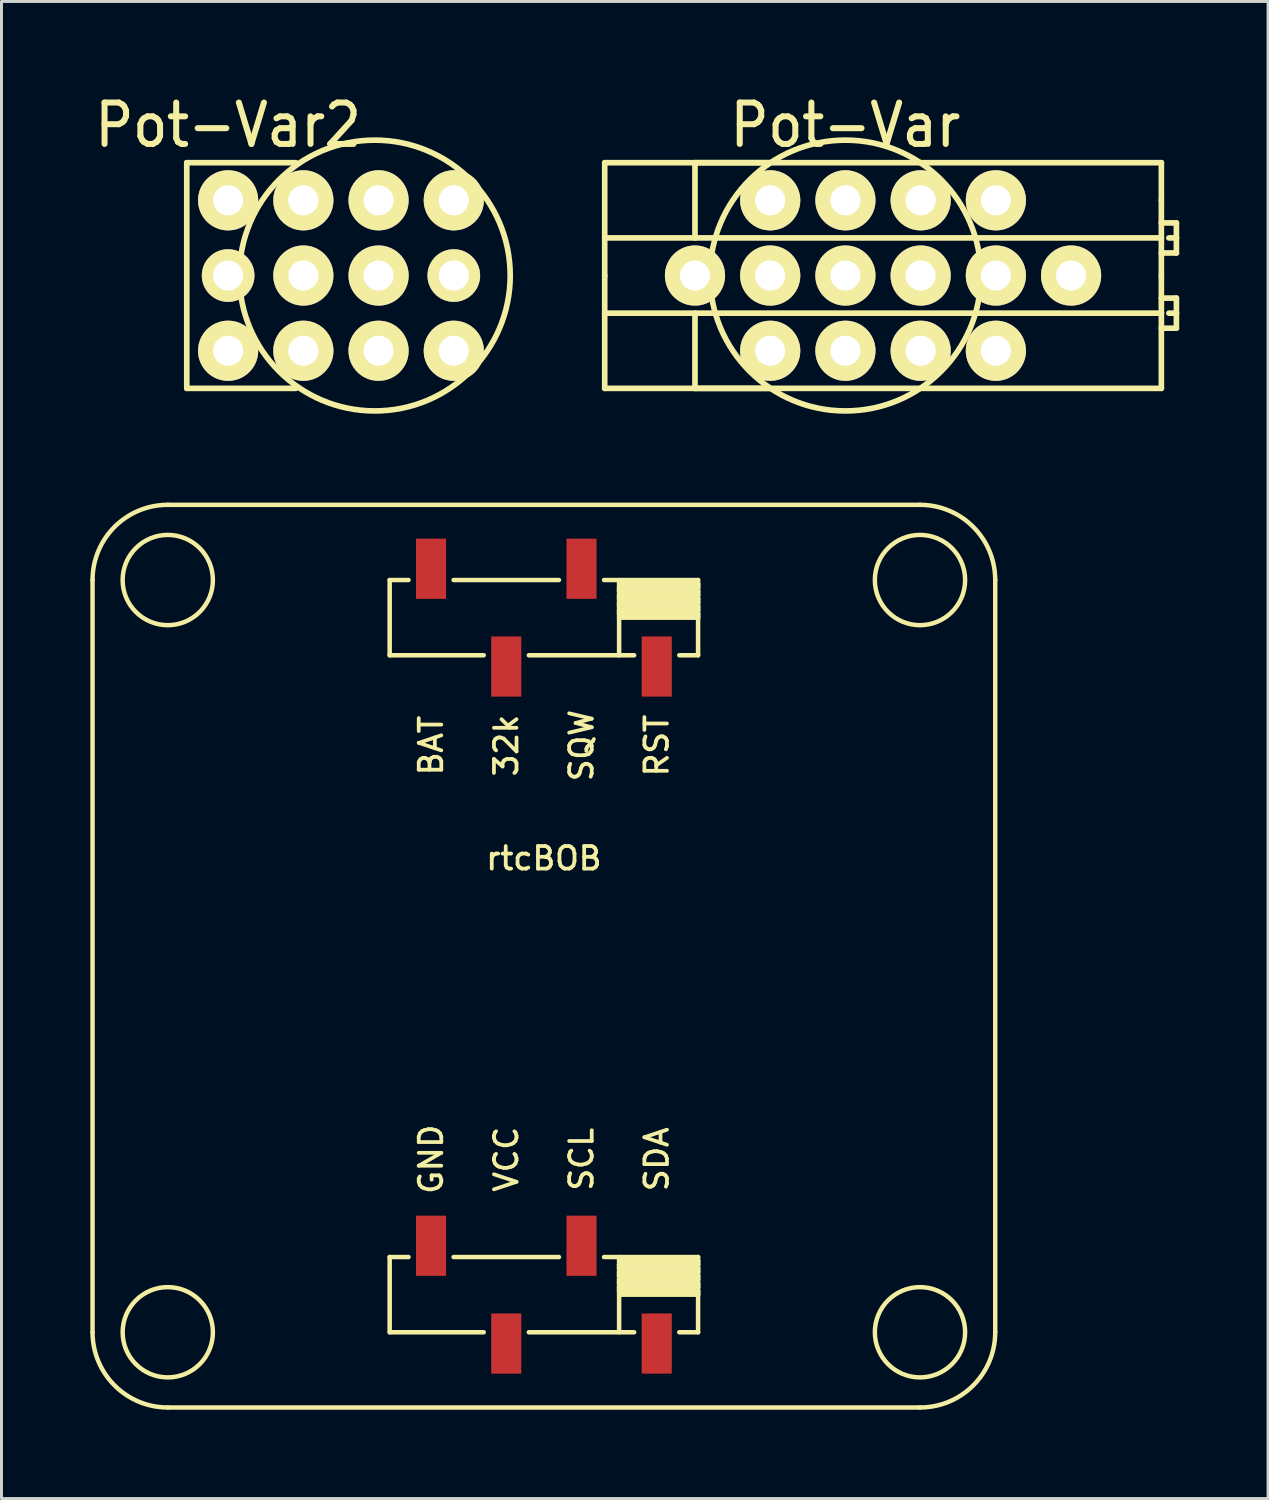
<source format=kicad_pcb>
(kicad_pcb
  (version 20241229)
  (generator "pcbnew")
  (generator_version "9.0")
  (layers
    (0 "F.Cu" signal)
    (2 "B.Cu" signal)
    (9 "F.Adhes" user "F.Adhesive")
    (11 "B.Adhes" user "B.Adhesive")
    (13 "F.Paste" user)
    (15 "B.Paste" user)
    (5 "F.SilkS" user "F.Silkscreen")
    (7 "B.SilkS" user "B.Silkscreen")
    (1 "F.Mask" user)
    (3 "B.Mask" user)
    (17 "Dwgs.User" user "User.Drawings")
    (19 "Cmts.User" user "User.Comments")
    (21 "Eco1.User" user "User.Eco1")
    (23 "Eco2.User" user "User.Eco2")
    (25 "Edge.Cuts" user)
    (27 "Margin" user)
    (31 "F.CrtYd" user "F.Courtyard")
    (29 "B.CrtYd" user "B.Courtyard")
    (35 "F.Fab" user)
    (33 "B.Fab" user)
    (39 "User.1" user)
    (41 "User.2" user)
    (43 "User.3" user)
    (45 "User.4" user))
  (footprint "rtcBOB"
    (layer "F.Cu")
    (at 15.315 29.236)
    (property "Reference" "rtcBOB" (at 0 -3.302 0) (layer "F.SilkS") (effects (font (size 0.762 0.762) (thickness 0.127))))
    (attr smd)
    (fp_line (start -15.24 12.7) (end -15.24 -12.7) (stroke (width 0.15) (type solid)) (layer "F.SilkS"))
    (fp_line (start -12.7 -15.24) (end 12.7 -15.24) (stroke (width 0.15) (type solid)) (layer "F.SilkS"))
    (fp_line (start -5.207 -12.7) (end -5.207 -10.16) (stroke (width 0.152) (type solid)) (layer "F.SilkS"))
    (fp_line (start -5.207 -10.16) (end -2.032 -10.16) (stroke (width 0.152) (type solid)) (layer "F.SilkS"))
    (fp_line (start -5.207 10.16) (end -5.207 12.7) (stroke (width 0.152) (type solid)) (layer "F.SilkS"))
    (fp_line (start -5.207 12.7) (end -2.032 12.7) (stroke (width 0.152) (type solid)) (layer "F.SilkS"))
    (fp_line (start -4.572 -12.7) (end -5.207 -12.7) (stroke (width 0.152) (type solid)) (layer "F.SilkS"))
    (fp_line (start -4.572 10.16) (end -5.207 10.16) (stroke (width 0.152) (type solid)) (layer "F.SilkS"))
    (fp_line (start 0.508 -12.7) (end -3.048 -12.7) (stroke (width 0.152) (type solid)) (layer "F.SilkS"))
    (fp_line (start 0.508 10.16) (end -3.048 10.16) (stroke (width 0.152) (type solid)) (layer "F.SilkS"))
    (fp_line (start 2.54 -12.446) (end 5.207 -12.446) (stroke (width 0.152) (type solid)) (layer "F.SilkS"))
    (fp_line (start 2.54 -12.319) (end 2.54 -12.446) (stroke (width 0.152) (type solid)) (layer "F.SilkS"))
    (fp_line (start 2.54 -12.192) (end 5.207 -12.192) (stroke (width 0.152) (type solid)) (layer "F.SilkS"))
    (fp_line (start 2.54 -12.065) (end 2.54 -12.192) (stroke (width 0.152) (type solid)) (layer "F.SilkS"))
    (fp_line (start 2.54 -11.938) (end 5.207 -11.938) (stroke (width 0.152) (type solid)) (layer "F.SilkS"))
    (fp_line (start 2.54 -11.811) (end 2.54 -11.938) (stroke (width 0.152) (type solid)) (layer "F.SilkS"))
    (fp_line (start 2.54 -11.684) (end 5.207 -11.684) (stroke (width 0.152) (type solid)) (layer "F.SilkS"))
    (fp_line (start 2.54 -11.557) (end 2.54 -11.684) (stroke (width 0.152) (type solid)) (layer "F.SilkS"))
    (fp_line (start 2.54 -11.43) (end 5.207 -11.43) (stroke (width 0.152) (type solid)) (layer "F.SilkS"))
    (fp_line (start 2.54 -10.16) (end 2.54 -12.7) (stroke (width 0.152) (type solid)) (layer "F.SilkS"))
    (fp_line (start 2.54 10.414) (end 5.207 10.414) (stroke (width 0.152) (type solid)) (layer "F.SilkS"))
    (fp_line (start 2.54 10.541) (end 2.54 10.414) (stroke (width 0.152) (type solid)) (layer "F.SilkS"))
    (fp_line (start 2.54 10.668) (end 5.207 10.668) (stroke (width 0.152) (type solid)) (layer "F.SilkS"))
    (fp_line (start 2.54 10.795) (end 2.54 10.668) (stroke (width 0.152) (type solid)) (layer "F.SilkS"))
    (fp_line (start 2.54 10.922) (end 5.207 10.922) (stroke (width 0.152) (type solid)) (layer "F.SilkS"))
    (fp_line (start 2.54 11.049) (end 2.54 10.922) (stroke (width 0.152) (type solid)) (layer "F.SilkS"))
    (fp_line (start 2.54 11.176) (end 5.207 11.176) (stroke (width 0.152) (type solid)) (layer "F.SilkS"))
    (fp_line (start 2.54 11.303) (end 2.54 11.176) (stroke (width 0.152) (type solid)) (layer "F.SilkS"))
    (fp_line (start 2.54 11.43) (end 5.207 11.43) (stroke (width 0.152) (type solid)) (layer "F.SilkS"))
    (fp_line (start 2.54 12.7) (end 2.54 10.16) (stroke (width 0.152) (type solid)) (layer "F.SilkS"))
    (fp_line (start 3.048 -10.16) (end -0.508 -10.16) (stroke (width 0.152) (type solid)) (layer "F.SilkS"))
    (fp_line (start 3.048 12.7) (end -0.508 12.7) (stroke (width 0.152) (type solid)) (layer "F.SilkS"))
    (fp_line (start 5.207 -12.7) (end 2.032 -12.7) (stroke (width 0.152) (type solid)) (layer "F.SilkS"))
    (fp_line (start 5.207 -12.573) (end 2.54 -12.573) (stroke (width 0.152) (type solid)) (layer "F.SilkS"))
    (fp_line (start 5.207 -12.446) (end 5.207 -12.573) (stroke (width 0.152) (type solid)) (layer "F.SilkS"))
    (fp_line (start 5.207 -12.319) (end 2.54 -12.319) (stroke (width 0.152) (type solid)) (layer "F.SilkS"))
    (fp_line (start 5.207 -12.192) (end 5.207 -12.319) (stroke (width 0.152) (type solid)) (layer "F.SilkS"))
    (fp_line (start 5.207 -12.065) (end 2.54 -12.065) (stroke (width 0.152) (type solid)) (layer "F.SilkS"))
    (fp_line (start 5.207 -11.938) (end 5.207 -12.065) (stroke (width 0.152) (type solid)) (layer "F.SilkS"))
    (fp_line (start 5.207 -11.811) (end 2.54 -11.811) (stroke (width 0.152) (type solid)) (layer "F.SilkS"))
    (fp_line (start 5.207 -11.684) (end 5.207 -11.811) (stroke (width 0.152) (type solid)) (layer "F.SilkS"))
    (fp_line (start 5.207 -11.557) (end 2.54 -11.557) (stroke (width 0.152) (type solid)) (layer "F.SilkS"))
    (fp_line (start 5.207 -11.43) (end 5.207 -11.557) (stroke (width 0.152) (type solid)) (layer "F.SilkS"))
    (fp_line (start 5.207 -10.16) (end 4.572 -10.16) (stroke (width 0.152) (type solid)) (layer "F.SilkS"))
    (fp_line (start 5.207 -10.16) (end 5.207 -12.7) (stroke (width 0.152) (type solid)) (layer "F.SilkS"))
    (fp_line (start 5.207 10.16) (end 2.032 10.16) (stroke (width 0.152) (type solid)) (layer "F.SilkS"))
    (fp_line (start 5.207 10.287) (end 2.54 10.287) (stroke (width 0.152) (type solid)) (layer "F.SilkS"))
    (fp_line (start 5.207 10.414) (end 5.207 10.287) (stroke (width 0.152) (type solid)) (layer "F.SilkS"))
    (fp_line (start 5.207 10.541) (end 2.54 10.541) (stroke (width 0.152) (type solid)) (layer "F.SilkS"))
    (fp_line (start 5.207 10.668) (end 5.207 10.541) (stroke (width 0.152) (type solid)) (layer "F.SilkS"))
    (fp_line (start 5.207 10.795) (end 2.54 10.795) (stroke (width 0.152) (type solid)) (layer "F.SilkS"))
    (fp_line (start 5.207 10.922) (end 5.207 10.795) (stroke (width 0.152) (type solid)) (layer "F.SilkS"))
    (fp_line (start 5.207 11.049) (end 2.54 11.049) (stroke (width 0.152) (type solid)) (layer "F.SilkS"))
    (fp_line (start 5.207 11.176) (end 5.207 11.049) (stroke (width 0.152) (type solid)) (layer "F.SilkS"))
    (fp_line (start 5.207 11.303) (end 2.54 11.303) (stroke (width 0.152) (type solid)) (layer "F.SilkS"))
    (fp_line (start 5.207 11.43) (end 5.207 11.303) (stroke (width 0.152) (type solid)) (layer "F.SilkS"))
    (fp_line (start 5.207 12.7) (end 4.572 12.7) (stroke (width 0.152) (type solid)) (layer "F.SilkS"))
    (fp_line (start 5.207 12.7) (end 5.207 10.16) (stroke (width 0.152) (type solid)) (layer "F.SilkS"))
    (fp_line (start 12.7 15.24) (end -12.7 15.24) (stroke (width 0.15) (type solid)) (layer "F.SilkS"))
    (fp_line (start 15.24 -12.7) (end 15.24 12.7) (stroke (width 0.15) (type solid)) (layer "F.SilkS"))
    (fp_arc (start -15.24 -12.7) (mid -14.496051 -14.496051) (end -12.7 -15.24) (stroke (width 0.15) (type solid)) (layer "F.SilkS"))
    (fp_arc (start -12.7 15.24) (mid -14.496051 14.496051) (end -15.24 12.7) (stroke (width 0.15) (type solid)) (layer "F.SilkS"))
    (fp_arc (start 12.7 -15.24) (mid 14.496051 -14.496051) (end 15.24 -12.7) (stroke (width 0.15) (type solid)) (layer "F.SilkS"))
    (fp_arc (start 15.24 12.7) (mid 14.496051 14.496051) (end 12.7 15.24) (stroke (width 0.15) (type solid)) (layer "F.SilkS"))
    (fp_circle (center -12.7 -12.7) (end -14.224 -12.7) (stroke (width 0.15) (type solid)) (fill no) (layer "F.SilkS"))
    (fp_circle (center -12.7 12.7) (end -14.224 12.7) (stroke (width 0.15) (type solid)) (fill no) (layer "F.SilkS"))
    (fp_circle (center 12.7 -12.7) (end 14.224 -12.7) (stroke (width 0.15) (type solid)) (fill no) (layer "F.SilkS"))
    (fp_circle (center 12.7 12.7) (end 14.224 12.7) (stroke (width 0.15) (type solid)) (fill no) (layer "F.SilkS"))
    (fp_text user "SDA" (at 3.81 6.858 90) (layer "F.SilkS") (effects (font (size 0.762 0.762) (thickness 0.127))))
    (fp_text user "SCL" (at 1.27 6.858 90) (layer "F.SilkS") (effects (font (size 0.762 0.762) (thickness 0.127))))
    (fp_text user "GND" (at -3.81 6.858 90) (layer "F.SilkS") (effects (font (size 0.762 0.762) (thickness 0.127))))
    (fp_text user "RST" (at 3.81 -7.112 90) (layer "F.SilkS") (effects (font (size 0.762 0.762) (thickness 0.127))))
    (fp_text user "BAT" (at -3.81 -7.112 90) (layer "F.SilkS") (effects (font (size 0.762 0.762) (thickness 0.127))))
    (fp_text user "VCC" (at -1.27 6.858 90) (layer "F.SilkS") (effects (font (size 0.762 0.762) (thickness 0.127))))
    (fp_text user "SQW" (at 1.27 -7.112 90) (layer "F.SilkS") (effects (font (size 0.762 0.762) (thickness 0.127))))
    (fp_text user "32k" (at -1.27 -7.112 90) (layer "F.SilkS") (effects (font (size 0.762 0.762) (thickness 0.127))))
    (pad "1" smd rect (at 3.81 -9.779) (size 1.016 2.032) (layers "F.Cu" "F.Mask" "F.Paste"))
    (pad "2" smd rect (at 1.27 -13.081) (size 1.016 2.032) (layers "F.Cu" "F.Mask" "F.Paste"))
    (pad "3" smd rect (at -1.27 -9.779) (size 1.016 2.032) (layers "F.Cu" "F.Mask" "F.Paste"))
    (pad "4" smd rect (at -3.81 -13.081) (size 1.016 2.032) (layers "F.Cu" "F.Mask" "F.Paste"))
    (pad "5" smd rect (at 3.81 13.081) (size 1.016 2.032) (layers "F.Cu" "F.Mask" "F.Paste"))
    (pad "6" smd rect (at 1.27 9.779) (size 1.016 2.032) (layers "F.Cu" "F.Mask" "F.Paste"))
    (pad "7" smd rect (at -1.27 13.081) (size 1.016 2.032) (layers "F.Cu" "F.Mask" "F.Paste"))
    (pad "8" smd rect (at -3.81 9.779) (size 1.016 2.032) (layers "F.Cu" "F.Mask" "F.Paste")))
  (footprint "Pot-Var2"
    (layer "F.Cu")
    (at 7.193 6.254)
    (property "Reference" "Pot-Var2" (at -2.54 -5.08 0) (layer "F.SilkS") (effects (font (size 1.397 1.27) (thickness 0.203))))
    (attr through_hole)
    (fp_line (start -3.937 -3.81) (end -3.937 3.81) (stroke (width 0.191) (type solid)) (layer "F.SilkS"))
    (fp_line (start -3.937 3.81) (end -0.254 3.81) (stroke (width 0.191) (type solid)) (layer "F.SilkS"))
    (fp_line (start -0.254 -3.81) (end -3.937 -3.81) (stroke (width 0.191) (type solid)) (layer "F.SilkS"))
    (fp_circle (center 2.413 0) (end -2.159 0) (stroke (width 0.191) (type solid)) (fill no) (layer "F.SilkS"))
    (pad "1" thru_hole circle (at -2.54 -2.54) (size 2.032 2.032) (drill 1.016) (layers "*.Cu" "*.Mask" "F.SilkS"))
    (pad "1" thru_hole circle (at 0 -2.54) (size 2.032 2.032) (drill 1.016) (layers "*.Cu" "*.Mask" "F.SilkS"))
    (pad "1" thru_hole circle (at 2.54 -2.54) (size 2.032 2.032) (drill 1.016) (layers "*.Cu" "*.Mask" "F.SilkS"))
    (pad "1" thru_hole circle (at 5.08 -2.54) (size 2.032 2.032) (drill 1.016) (layers "*.Cu" "*.Mask" "F.SilkS"))
    (pad "2" thru_hole circle (at -2.54 0) (size 1.778 1.778) (drill 1.016) (layers "*.Cu" "*.Mask" "F.SilkS"))
    (pad "2" thru_hole circle (at 0 0) (size 2.032 2.032) (drill 1.016) (layers "*.Cu" "*.Mask" "F.SilkS"))
    (pad "2" thru_hole circle (at 2.54 0) (size 2.032 2.032) (drill 1.016) (layers "*.Cu" "*.Mask" "F.SilkS"))
    (pad "2" thru_hole circle (at 5.08 0) (size 1.778 1.778) (drill 1.016) (layers "*.Cu" "*.Mask" "F.SilkS"))
    (pad "3" thru_hole circle (at -2.54 2.54) (size 2.032 2.032) (drill 1.016) (layers "*.Cu" "*.Mask" "F.SilkS"))
    (pad "3" thru_hole circle (at 0 2.54) (size 2.032 2.032) (drill 1.016) (layers "*.Cu" "*.Mask" "F.SilkS"))
    (pad "3" thru_hole circle (at 2.54 2.54) (size 2.032 2.032) (drill 1.016) (layers "*.Cu" "*.Mask" "F.SilkS"))
    (pad "3" thru_hole circle (at 5.08 2.54) (size 2.032 2.032) (drill 1.016) (layers "*.Cu" "*.Mask" "F.SilkS")))
  (footprint "Pot-Var"
    (layer "F.Cu")
    (at 28.037 6.254)
    (property "Reference" "Pot-Var" (at -2.54 -5.08 0) (layer "F.SilkS") (effects (font (size 1.397 1.27) (thickness 0.203))))
    (attr through_hole)
    (fp_line (start -10.668 -3.81) (end -10.668 0) (stroke (width 0.191) (type solid)) (layer "F.SilkS"))
    (fp_line (start -10.668 -1.27) (end 8.128 -1.27) (stroke (width 0.191) (type solid)) (layer "F.SilkS"))
    (fp_line (start -10.668 0) (end -10.668 1.27) (stroke (width 0.191) (type solid)) (layer "F.SilkS"))
    (fp_line (start -10.668 1.27) (end 8.128 1.27) (stroke (width 0.191) (type solid)) (layer "F.SilkS"))
    (fp_line (start -10.668 3.81) (end -10.668 1.27) (stroke (width 0.191) (type solid)) (layer "F.SilkS"))
    (fp_line (start -7.62 -3.81) (end -7.62 -1.27) (stroke (width 0.191) (type solid)) (layer "F.SilkS"))
    (fp_line (start -7.62 -3.81) (end -5.08 -3.81) (stroke (width 0.191) (type solid)) (layer "F.SilkS"))
    (fp_line (start -7.62 1.27) (end -7.62 3.81) (stroke (width 0.191) (type solid)) (layer "F.SilkS"))
    (fp_line (start -7.62 3.81) (end -5.08 3.81) (stroke (width 0.191) (type solid)) (layer "F.SilkS"))
    (fp_line (start 8.128 -3.81) (end -10.668 -3.81) (stroke (width 0.191) (type solid)) (layer "F.SilkS"))
    (fp_line (start 8.128 -2.54) (end 8.128 -3.81) (stroke (width 0.191) (type solid)) (layer "F.SilkS"))
    (fp_line (start 8.128 0) (end 8.128 -2.54) (stroke (width 0.191) (type solid)) (layer "F.SilkS"))
    (fp_line (start 8.128 1.27) (end 8.128 0) (stroke (width 0.191) (type solid)) (layer "F.SilkS"))
    (fp_line (start 8.128 1.27) (end 8.128 3.81) (stroke (width 0.191) (type solid)) (layer "F.SilkS"))
    (fp_line (start 8.128 3.81) (end -10.668 3.81) (stroke (width 0.191) (type solid)) (layer "F.SilkS"))
    (fp_line (start 8.382 -1.27) (end 8.636 -1.27) (stroke (width 0.191) (type solid)) (layer "F.SilkS"))
    (fp_line (start 8.382 1.27) (end 8.636 1.27) (stroke (width 0.191) (type solid)) (layer "F.SilkS"))
    (fp_line (start 8.636 -1.778) (end 8.128 -1.778) (stroke (width 0.191) (type solid)) (layer "F.SilkS"))
    (fp_line (start 8.636 -1.27) (end 8.636 -1.778) (stroke (width 0.191) (type solid)) (layer "F.SilkS"))
    (fp_line (start 8.636 -1.27) (end 8.636 -0.762) (stroke (width 0.191) (type solid)) (layer "F.SilkS"))
    (fp_line (start 8.636 -0.762) (end 8.128 -0.762) (stroke (width 0.191) (type solid)) (layer "F.SilkS"))
    (fp_line (start 8.636 0.762) (end 8.128 0.762) (stroke (width 0.191) (type solid)) (layer "F.SilkS"))
    (fp_line (start 8.636 1.27) (end 8.636 0.762) (stroke (width 0.191) (type solid)) (layer "F.SilkS"))
    (fp_line (start 8.636 1.27) (end 8.636 1.778) (stroke (width 0.191) (type solid)) (layer "F.SilkS"))
    (fp_line (start 8.636 1.778) (end 8.128 1.778) (stroke (width 0.191) (type solid)) (layer "F.SilkS"))
    (fp_circle (center -2.54 0) (end -7.112 0) (stroke (width 0.191) (type solid)) (fill no) (layer "F.SilkS"))
    (pad "1" thru_hole circle (at -5.08 -2.54) (size 2.032 2.032) (drill 1.016) (layers "*.Cu" "*.Mask" "F.SilkS"))
    (pad "1" thru_hole circle (at -2.54 -2.54) (size 2.032 2.032) (drill 1.016) (layers "*.Cu" "*.Mask" "F.SilkS"))
    (pad "1" thru_hole circle (at 2.54 -2.54) (size 2.032 2.032) (drill 1.016) (layers "*.Cu" "*.Mask" "F.SilkS"))
    (pad "1" thru_hole circle (at 5.08 0) (size 2.032 2.032) (drill 1.016) (layers "*.Cu" "*.Mask" "F.SilkS"))
    (pad "2" thru_hole circle (at -5.08 0) (size 2.032 2.032) (drill 1.016) (layers "*.Cu" "*.Mask" "F.SilkS"))
    (pad "2" thru_hole circle (at -2.54 0) (size 2.032 2.032) (drill 1.016) (layers "*.Cu" "*.Mask" "F.SilkS"))
    (pad "2" thru_hole circle (at 0 -2.54) (size 2.032 2.032) (drill 1.016) (layers "*.Cu" "*.Mask" "F.SilkS"))
    (pad "2" thru_hole circle (at 0 0) (size 2.032 2.032) (drill 1.016) (layers "*.Cu" "*.Mask" "F.SilkS"))
    (pad "2" thru_hole circle (at 0 2.54) (size 2.032 2.032) (drill 1.016) (layers "*.Cu" "*.Mask" "F.SilkS"))
    (pad "2" thru_hole circle (at 2.54 0) (size 2.032 2.032) (drill 1.016) (layers "*.Cu" "*.Mask" "F.SilkS"))
    (pad "3" thru_hole circle (at -7.62 0) (size 2.032 2.032) (drill 1.016) (layers "*.Cu" "*.Mask" "F.SilkS"))
    (pad "3" thru_hole circle (at -5.08 2.54) (size 2.032 2.032) (drill 1.016) (layers "*.Cu" "*.Mask" "F.SilkS"))
    (pad "3" thru_hole circle (at -2.54 2.54) (size 2.032 2.032) (drill 1.016) (layers "*.Cu" "*.Mask" "F.SilkS"))
    (pad "3" thru_hole circle (at 2.54 2.54) (size 2.032 2.032) (drill 1.016) (layers "*.Cu" "*.Mask" "F.SilkS")))
  (gr_rect
    (start -3 -3)
    (end 39.768 47.551)
    (stroke (width 0.1) (type default))
    (fill no)
    (layer "Edge.Cuts")))
</source>
